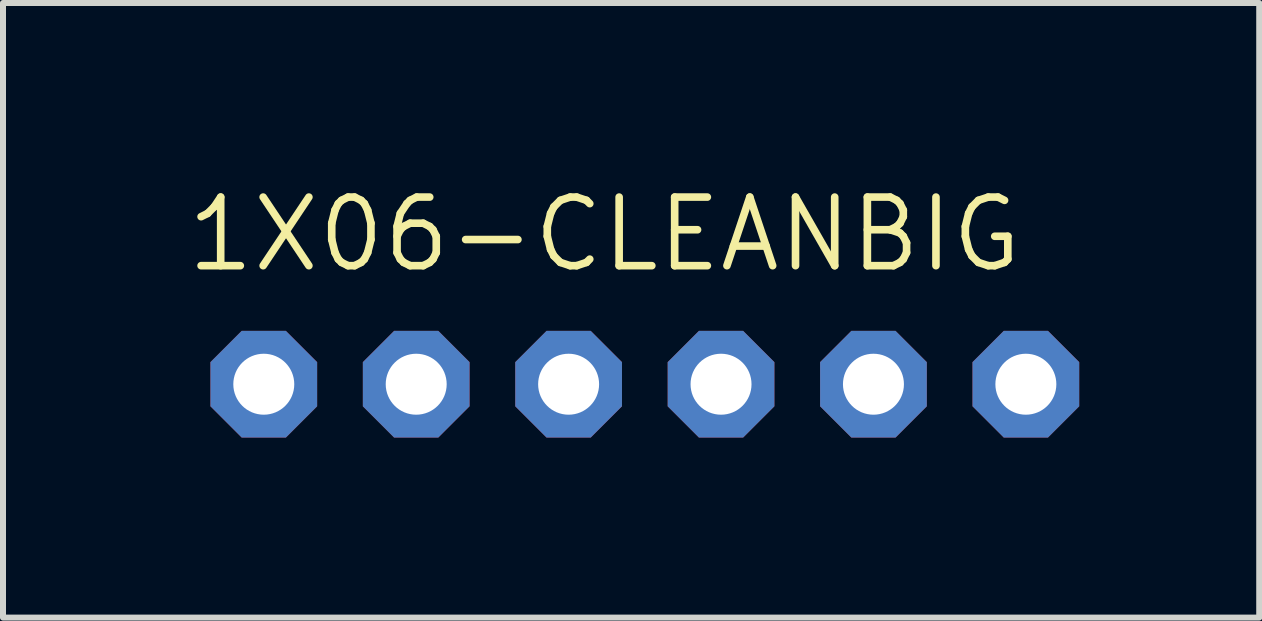
<source format=kicad_pcb>
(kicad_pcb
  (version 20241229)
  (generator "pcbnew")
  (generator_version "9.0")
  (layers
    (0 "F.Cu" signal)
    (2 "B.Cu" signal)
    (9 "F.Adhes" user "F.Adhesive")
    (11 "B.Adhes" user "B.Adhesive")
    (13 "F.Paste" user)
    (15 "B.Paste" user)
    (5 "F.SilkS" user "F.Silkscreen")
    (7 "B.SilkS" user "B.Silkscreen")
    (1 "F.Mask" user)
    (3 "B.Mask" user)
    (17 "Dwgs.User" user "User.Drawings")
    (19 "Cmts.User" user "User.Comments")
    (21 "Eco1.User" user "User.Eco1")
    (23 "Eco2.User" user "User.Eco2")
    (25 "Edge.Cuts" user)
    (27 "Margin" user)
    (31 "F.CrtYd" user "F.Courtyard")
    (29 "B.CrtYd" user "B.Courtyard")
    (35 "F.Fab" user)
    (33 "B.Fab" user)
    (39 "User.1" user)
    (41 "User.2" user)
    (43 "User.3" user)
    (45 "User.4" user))
  (footprint "1X06-CLEANBIG"
    (layer "F.Cu")
    (at 7.696 3.353)
    (property "Reference" "1X06-CLEANBIG" (at -7.696 -1.829 0) (unlocked yes) (layer "F.SilkS") (effects (font (size 1.143 1.143) (thickness 0.127)) (justify left bottom)))
    (fp_poly (pts (xy -6.604 0.254) (xy -6.096 0.254) (xy -6.096 -0.254) (xy -6.604 -0.254)) (stroke (width 0.1) (type default)) (fill no) (layer "F.Fab"))
    (fp_poly (pts (xy -4.064 0.254) (xy -3.556 0.254) (xy -3.556 -0.254) (xy -4.064 -0.254)) (stroke (width 0.1) (type default)) (fill no) (layer "F.Fab"))
    (fp_poly (pts (xy -1.524 0.254) (xy -1.016 0.254) (xy -1.016 -0.254) (xy -1.524 -0.254)) (stroke (width 0.1) (type default)) (fill no) (layer "F.Fab"))
    (fp_poly (pts (xy 1.016 0.254) (xy 1.524 0.254) (xy 1.524 -0.254) (xy 1.016 -0.254)) (stroke (width 0.1) (type default)) (fill no) (layer "F.Fab"))
    (fp_poly (pts (xy 3.556 0.254) (xy 4.064 0.254) (xy 4.064 -0.254) (xy 3.556 -0.254)) (stroke (width 0.1) (type default)) (fill no) (layer "F.Fab"))
    (fp_poly (pts (xy 6.096 0.254) (xy 6.604 0.254) (xy 6.604 -0.254) (xy 6.096 -0.254)) (stroke (width 0.1) (type default)) (fill no) (layer "F.Fab"))
    (pad "1" thru_hole roundrect (at -6.35 0 90) (size 1.778 1.778) (drill 1.016) (layers "*.Cu" "*.Mask") (roundrect_rratio 0.25) (chamfer_ratio 0.293) (chamfer top_left top_right bottom_left bottom_right))
    (pad "2" thru_hole roundrect (at -3.81 0 90) (size 1.778 1.778) (drill 1.016) (layers "*.Cu" "*.Mask") (roundrect_rratio 0.25) (chamfer_ratio 0.293) (chamfer top_left top_right bottom_left bottom_right))
    (pad "3" thru_hole roundrect (at -1.27 0 90) (size 1.778 1.778) (drill 1.016) (layers "*.Cu" "*.Mask") (roundrect_rratio 0.25) (chamfer_ratio 0.293) (chamfer top_left top_right bottom_left bottom_right))
    (pad "4" thru_hole roundrect (at 1.27 0 90) (size 1.778 1.778) (drill 1.016) (layers "*.Cu" "*.Mask") (roundrect_rratio 0.25) (chamfer_ratio 0.293) (chamfer top_left top_right bottom_left bottom_right))
    (pad "5" thru_hole roundrect (at 3.81 0 90) (size 1.778 1.778) (drill 1.016) (layers "*.Cu" "*.Mask") (roundrect_rratio 0.25) (chamfer_ratio 0.293) (chamfer top_left top_right bottom_left bottom_right))
    (pad "6" thru_hole roundrect (at 6.35 0 90) (size 1.778 1.778) (drill 1.016) (layers "*.Cu" "*.Mask") (roundrect_rratio 0.25) (chamfer_ratio 0.293) (chamfer top_left top_right bottom_left bottom_right)))
  (gr_rect
    (start -3 -3)
    (end 17.935 7.242)
    (stroke (width 0.1) (type default))
    (fill no)
    (layer "Edge.Cuts")))
</source>
